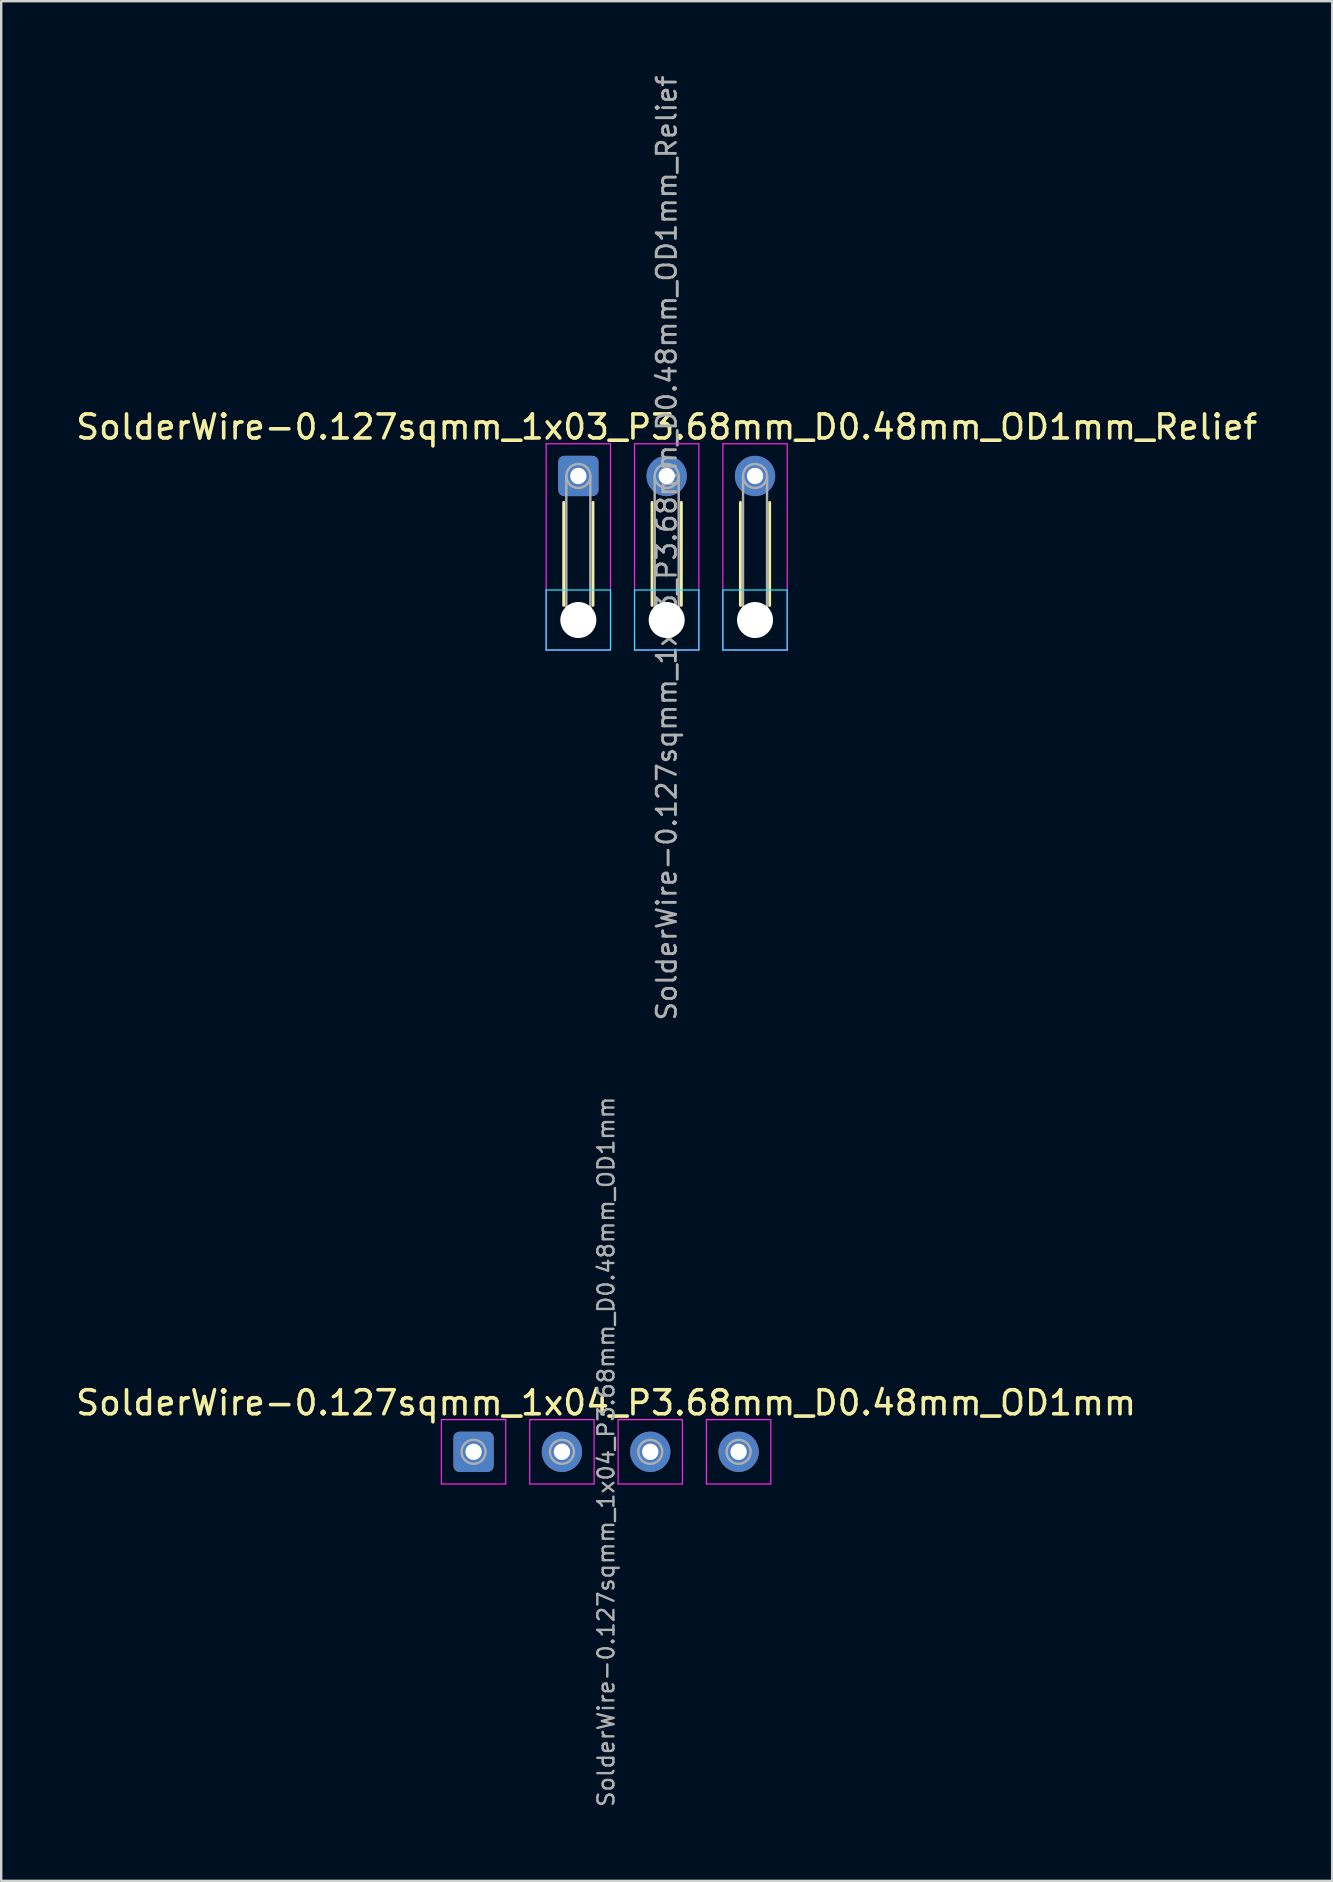
<source format=kicad_pcb>
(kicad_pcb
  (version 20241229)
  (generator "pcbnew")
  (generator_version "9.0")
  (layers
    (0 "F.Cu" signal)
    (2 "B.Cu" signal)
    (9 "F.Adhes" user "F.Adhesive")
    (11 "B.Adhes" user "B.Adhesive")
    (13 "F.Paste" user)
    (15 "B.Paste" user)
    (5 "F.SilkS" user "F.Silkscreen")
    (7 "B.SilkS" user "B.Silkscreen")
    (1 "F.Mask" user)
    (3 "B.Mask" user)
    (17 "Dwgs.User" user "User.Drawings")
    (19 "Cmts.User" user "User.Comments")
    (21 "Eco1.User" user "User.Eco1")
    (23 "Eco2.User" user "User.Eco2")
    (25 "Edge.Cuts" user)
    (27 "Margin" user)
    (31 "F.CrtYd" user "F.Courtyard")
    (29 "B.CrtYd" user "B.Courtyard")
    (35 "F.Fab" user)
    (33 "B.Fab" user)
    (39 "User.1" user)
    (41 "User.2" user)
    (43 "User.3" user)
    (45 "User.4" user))
  (footprint "SolderWire-0.127sqmm_1x03_P3.68mm_D0.48mm_OD1mm_Relief"
    (layer "F.Cu")
    (at 21.04 16.776)
    (property "Reference" "SolderWire-0.127sqmm_1x03_P3.68mm_D0.48mm_OD1mm_Relief" (at 3.68 -2.04 0) (layer "F.SilkS") (effects (font (size 1 1) (thickness 0.15))))
    (attr exclude_from_pos_files exclude_from_bom)
    (fp_line (start -0.61 1.1) (end -0.61 5.39) (stroke (width 0.12) (type solid)) (layer "F.SilkS"))
    (fp_line (start 0.61 1.1) (end 0.61 5.39) (stroke (width 0.12) (type solid)) (layer "F.SilkS"))
    (fp_line (start 3.07 1.1) (end 3.07 5.39) (stroke (width 0.12) (type solid)) (layer "F.SilkS"))
    (fp_line (start 4.29 1.1) (end 4.29 5.39) (stroke (width 0.12) (type solid)) (layer "F.SilkS"))
    (fp_line (start 6.75 1.1) (end 6.75 5.39) (stroke (width 0.12) (type solid)) (layer "F.SilkS"))
    (fp_line (start 7.97 1.1) (end 7.97 5.39) (stroke (width 0.12) (type solid)) (layer "F.SilkS"))
    (fp_line (start -1.34 4.75) (end -1.34 7.25) (stroke (width 0.05) (type solid)) (layer "B.CrtYd"))
    (fp_line (start -1.34 7.25) (end 1.34 7.25) (stroke (width 0.05) (type solid)) (layer "B.CrtYd"))
    (fp_line (start 1.34 4.75) (end -1.34 4.75) (stroke (width 0.05) (type solid)) (layer "B.CrtYd"))
    (fp_line (start 1.34 7.25) (end 1.34 4.75) (stroke (width 0.05) (type solid)) (layer "B.CrtYd"))
    (fp_line (start 2.34 4.75) (end 2.34 7.25) (stroke (width 0.05) (type solid)) (layer "B.CrtYd"))
    (fp_line (start 2.34 7.25) (end 5.02 7.25) (stroke (width 0.05) (type solid)) (layer "B.CrtYd"))
    (fp_line (start 5.02 4.75) (end 2.34 4.75) (stroke (width 0.05) (type solid)) (layer "B.CrtYd"))
    (fp_line (start 5.02 7.25) (end 5.02 4.75) (stroke (width 0.05) (type solid)) (layer "B.CrtYd"))
    (fp_line (start 6.02 4.75) (end 6.02 7.25) (stroke (width 0.05) (type solid)) (layer "B.CrtYd"))
    (fp_line (start 6.02 7.25) (end 8.7 7.25) (stroke (width 0.05) (type solid)) (layer "B.CrtYd"))
    (fp_line (start 8.7 4.75) (end 6.02 4.75) (stroke (width 0.05) (type solid)) (layer "B.CrtYd"))
    (fp_line (start 8.7 7.25) (end 8.7 4.75) (stroke (width 0.05) (type solid)) (layer "B.CrtYd"))
    (fp_line (start -1.34 -1.34) (end -1.34 7.25) (stroke (width 0.05) (type solid)) (layer "F.CrtYd"))
    (fp_line (start -1.34 7.25) (end 1.34 7.25) (stroke (width 0.05) (type solid)) (layer "F.CrtYd"))
    (fp_line (start 1.34 -1.34) (end -1.34 -1.34) (stroke (width 0.05) (type solid)) (layer "F.CrtYd"))
    (fp_line (start 1.34 7.25) (end 1.34 -1.34) (stroke (width 0.05) (type solid)) (layer "F.CrtYd"))
    (fp_line (start 2.34 -1.34) (end 2.34 7.25) (stroke (width 0.05) (type solid)) (layer "F.CrtYd"))
    (fp_line (start 2.34 7.25) (end 5.02 7.25) (stroke (width 0.05) (type solid)) (layer "F.CrtYd"))
    (fp_line (start 5.02 -1.34) (end 2.34 -1.34) (stroke (width 0.05) (type solid)) (layer "F.CrtYd"))
    (fp_line (start 5.02 7.25) (end 5.02 -1.34) (stroke (width 0.05) (type solid)) (layer "F.CrtYd"))
    (fp_line (start 6.02 -1.34) (end 6.02 7.25) (stroke (width 0.05) (type solid)) (layer "F.CrtYd"))
    (fp_line (start 6.02 7.25) (end 8.7 7.25) (stroke (width 0.05) (type solid)) (layer "F.CrtYd"))
    (fp_line (start 8.7 -1.34) (end 6.02 -1.34) (stroke (width 0.05) (type solid)) (layer "F.CrtYd"))
    (fp_line (start 8.7 7.25) (end 8.7 -1.34) (stroke (width 0.05) (type solid)) (layer "F.CrtYd"))
    (fp_line (start -0.5 0) (end -0.5 6) (stroke (width 0.1) (type solid)) (layer "F.Fab"))
    (fp_line (start 0.5 0) (end 0.5 6) (stroke (width 0.1) (type solid)) (layer "F.Fab"))
    (fp_line (start 3.18 0) (end 3.18 6) (stroke (width 0.1) (type solid)) (layer "F.Fab"))
    (fp_line (start 4.18 0) (end 4.18 6) (stroke (width 0.1) (type solid)) (layer "F.Fab"))
    (fp_line (start 6.86 0) (end 6.86 6) (stroke (width 0.1) (type solid)) (layer "F.Fab"))
    (fp_line (start 7.86 0) (end 7.86 6) (stroke (width 0.1) (type solid)) (layer "F.Fab"))
    (fp_circle (center 0 0) (end 0.5 0) (stroke (width 0.1) (type solid)) (fill no) (layer "F.Fab"))
    (fp_circle (center 0 6) (end 0.5 6) (stroke (width 0.1) (type solid)) (fill no) (layer "F.Fab"))
    (fp_circle (center 3.68 0) (end 4.18 0) (stroke (width 0.1) (type solid)) (fill no) (layer "F.Fab"))
    (fp_circle (center 3.68 6) (end 4.18 6) (stroke (width 0.1) (type solid)) (fill no) (layer "F.Fab"))
    (fp_circle (center 7.36 0) (end 7.86 0) (stroke (width 0.1) (type solid)) (fill no) (layer "F.Fab"))
    (fp_circle (center 7.36 6) (end 7.86 6) (stroke (width 0.1) (type solid)) (fill no) (layer "F.Fab"))
    (fp_text user "${REFERENCE}" (at 3.68 3 90) (layer "F.Fab") (effects (font (size 0.8 0.8) (thickness 0.12))))
    (pad "" np_thru_hole circle (at 0 6) (size 1.5 1.5) (drill 1.5) (layers "*.Cu" "*.Mask"))
    (pad "" np_thru_hole circle (at 3.68 6) (size 1.5 1.5) (drill 1.5) (layers "*.Cu" "*.Mask"))
    (pad "" np_thru_hole circle (at 7.36 6) (size 1.5 1.5) (drill 1.5) (layers "*.Cu" "*.Mask"))
    (pad "1" thru_hole roundrect (at 0 0) (size 1.68 1.68) (drill 0.68) (layers "*.Cu" "*.Mask") (roundrect_rratio 0.149))
    (pad "2" thru_hole circle (at 3.68 0) (size 1.68 1.68) (drill 0.68) (layers "*.Cu" "*.Mask"))
    (pad "3" thru_hole circle (at 7.36 0) (size 1.68 1.68) (drill 0.68) (layers "*.Cu" "*.Mask")))
  (footprint "SolderWire-0.127sqmm_1x04_P3.68mm_D0.48mm_OD1mm"
    (layer "F.Cu")
    (at 16.676 57.423)
    (property "Reference" "SolderWire-0.127sqmm_1x04_P3.68mm_D0.48mm_OD1mm" (at 5.52 -2.04 0) (layer "F.SilkS") (effects (font (size 1 1) (thickness 0.15))))
    (attr exclude_from_pos_files exclude_from_bom)
    (fp_line (start -1.34 -1.34) (end -1.34 1.34) (stroke (width 0.05) (type solid)) (layer "F.CrtYd"))
    (fp_line (start -1.34 1.34) (end 1.34 1.34) (stroke (width 0.05) (type solid)) (layer "F.CrtYd"))
    (fp_line (start 1.34 -1.34) (end -1.34 -1.34) (stroke (width 0.05) (type solid)) (layer "F.CrtYd"))
    (fp_line (start 1.34 1.34) (end 1.34 -1.34) (stroke (width 0.05) (type solid)) (layer "F.CrtYd"))
    (fp_line (start 2.34 -1.34) (end 2.34 1.34) (stroke (width 0.05) (type solid)) (layer "F.CrtYd"))
    (fp_line (start 2.34 1.34) (end 5.02 1.34) (stroke (width 0.05) (type solid)) (layer "F.CrtYd"))
    (fp_line (start 5.02 -1.34) (end 2.34 -1.34) (stroke (width 0.05) (type solid)) (layer "F.CrtYd"))
    (fp_line (start 5.02 1.34) (end 5.02 -1.34) (stroke (width 0.05) (type solid)) (layer "F.CrtYd"))
    (fp_line (start 6.02 -1.34) (end 6.02 1.34) (stroke (width 0.05) (type solid)) (layer "F.CrtYd"))
    (fp_line (start 6.02 1.34) (end 8.7 1.34) (stroke (width 0.05) (type solid)) (layer "F.CrtYd"))
    (fp_line (start 8.7 -1.34) (end 6.02 -1.34) (stroke (width 0.05) (type solid)) (layer "F.CrtYd"))
    (fp_line (start 8.7 1.34) (end 8.7 -1.34) (stroke (width 0.05) (type solid)) (layer "F.CrtYd"))
    (fp_line (start 9.7 -1.34) (end 9.7 1.34) (stroke (width 0.05) (type solid)) (layer "F.CrtYd"))
    (fp_line (start 9.7 1.34) (end 12.38 1.34) (stroke (width 0.05) (type solid)) (layer "F.CrtYd"))
    (fp_line (start 12.38 -1.34) (end 9.7 -1.34) (stroke (width 0.05) (type solid)) (layer "F.CrtYd"))
    (fp_line (start 12.38 1.34) (end 12.38 -1.34) (stroke (width 0.05) (type solid)) (layer "F.CrtYd"))
    (fp_circle (center 0 0) (end 0.5 0) (stroke (width 0.1) (type solid)) (fill no) (layer "F.Fab"))
    (fp_circle (center 3.68 0) (end 4.18 0) (stroke (width 0.1) (type solid)) (fill no) (layer "F.Fab"))
    (fp_circle (center 7.36 0) (end 7.86 0) (stroke (width 0.1) (type solid)) (fill no) (layer "F.Fab"))
    (fp_circle (center 11.04 0) (end 11.54 0) (stroke (width 0.1) (type solid)) (fill no) (layer "F.Fab"))
    (fp_text user "${REFERENCE}" (at 5.52 0 90) (layer "F.Fab") (effects (font (size 0.67 0.67) (thickness 0.1))))
    (pad "1" thru_hole roundrect (at 0 0) (size 1.68 1.68) (drill 0.68) (layers "*.Cu" "*.Mask") (roundrect_rratio 0.149))
    (pad "2" thru_hole circle (at 3.68 0) (size 1.68 1.68) (drill 0.68) (layers "*.Cu" "*.Mask"))
    (pad "3" thru_hole circle (at 7.36 0) (size 1.68 1.68) (drill 0.68) (layers "*.Cu" "*.Mask"))
    (pad "4" thru_hole circle (at 11.04 0) (size 1.68 1.68) (drill 0.68) (layers "*.Cu" "*.Mask")))
  (gr_rect
    (start -3 -3)
    (end 52.44 75.294)
    (stroke (width 0.1) (type default))
    (fill no)
    (layer "Edge.Cuts")))
</source>
